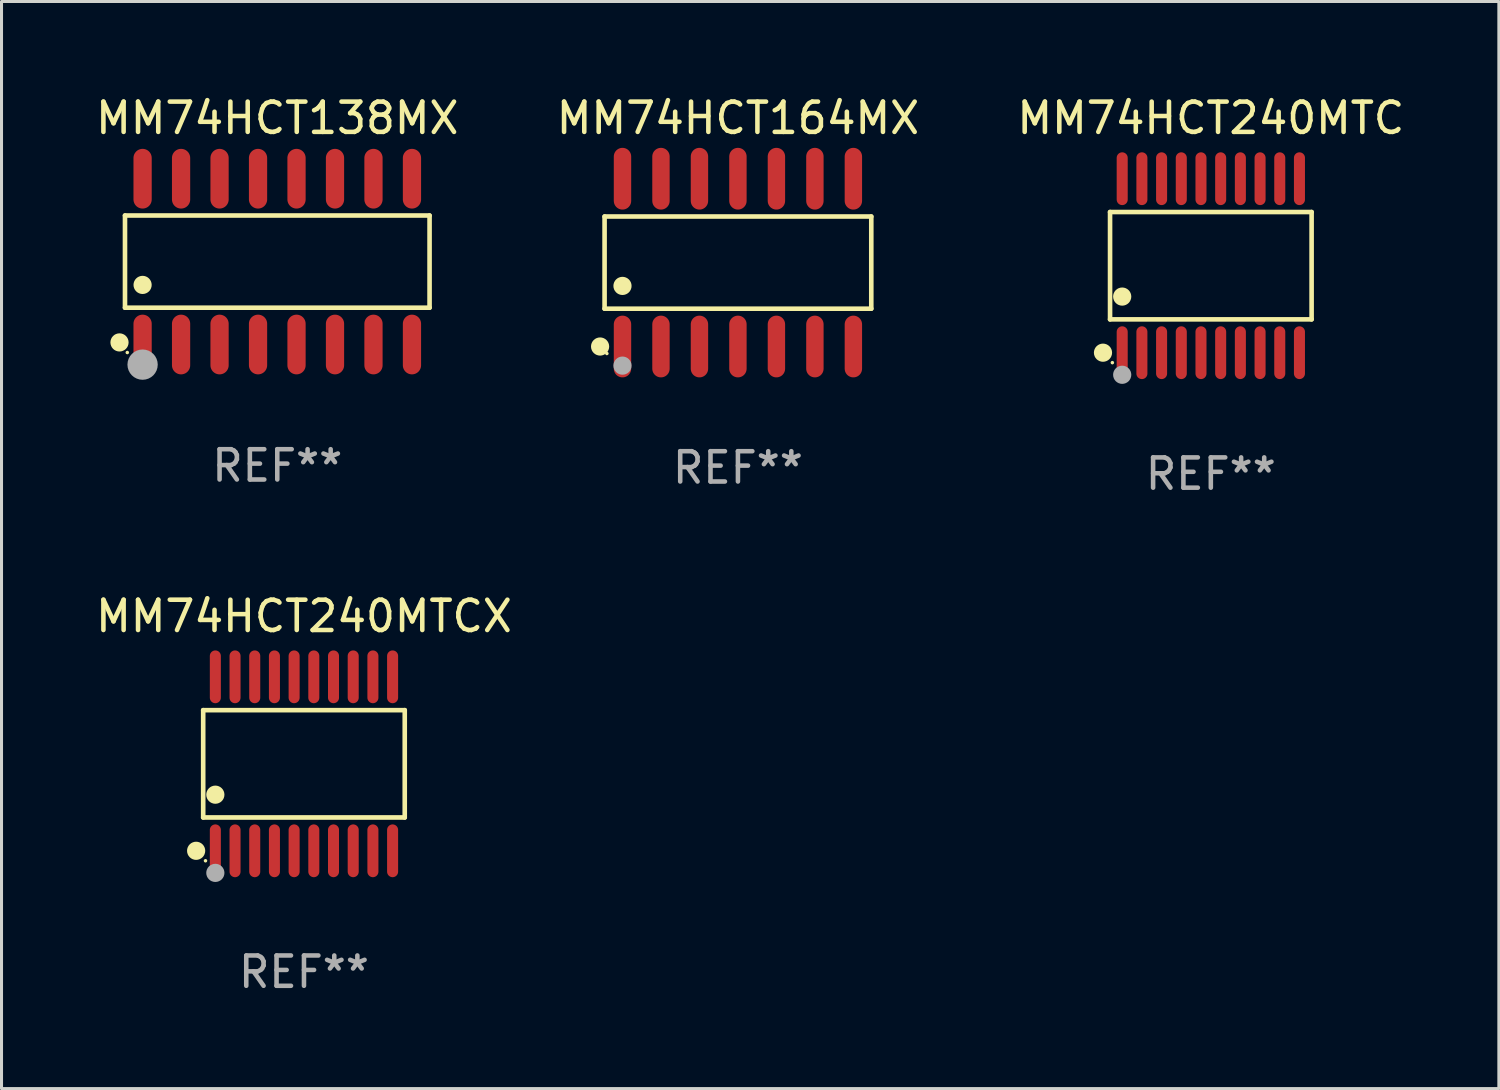
<source format=kicad_pcb>
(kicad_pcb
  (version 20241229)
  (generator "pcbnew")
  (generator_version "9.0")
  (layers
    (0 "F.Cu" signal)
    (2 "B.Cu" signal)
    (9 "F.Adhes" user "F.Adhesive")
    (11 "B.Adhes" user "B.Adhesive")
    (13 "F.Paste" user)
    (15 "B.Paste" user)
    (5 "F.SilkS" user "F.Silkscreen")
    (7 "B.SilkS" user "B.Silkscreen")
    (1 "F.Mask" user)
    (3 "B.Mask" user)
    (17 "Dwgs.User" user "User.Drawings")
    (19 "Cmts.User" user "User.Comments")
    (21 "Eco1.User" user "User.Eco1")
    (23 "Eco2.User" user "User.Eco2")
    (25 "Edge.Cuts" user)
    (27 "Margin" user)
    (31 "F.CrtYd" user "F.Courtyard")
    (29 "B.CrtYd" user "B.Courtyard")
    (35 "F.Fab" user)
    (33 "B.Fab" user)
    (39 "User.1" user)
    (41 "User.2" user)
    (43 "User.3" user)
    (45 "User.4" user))
  (footprint "MM74HCT240MTC"
    (layer "F.Cu")
    (at 36.911 5.719)
    (property "Reference" "MM74HCT240MTC" (at 0 -4.871 0) (layer "F.SilkS") (effects (font (size 1 1) (thickness 0.15))))
    (attr through_hole)
    (fp_line (start -3.326 -1.771) (end 3.326 -1.771) (stroke (width 0.152) (type solid)) (layer "F.SilkS"))
    (fp_line (start -3.326 1.771) (end -3.326 -1.771) (stroke (width 0.152) (type solid)) (layer "F.SilkS"))
    (fp_line (start 3.326 -1.771) (end 3.326 1.771) (stroke (width 0.152) (type solid)) (layer "F.SilkS"))
    (fp_line (start 3.326 1.771) (end -3.326 1.771) (stroke (width 0.152) (type solid)) (layer "F.SilkS"))
    (fp_circle (center -3.559 2.871) (end -3.409 2.871) (stroke (width 0.3) (type solid)) (fill no) (layer "F.SilkS"))
    (fp_circle (center -3.25 3.2) (end -3.22 3.2) (stroke (width 0.06) (type solid)) (fill no) (layer "F.SilkS"))
    (fp_circle (center -2.925 1.019) (end -2.775 1.019) (stroke (width 0.3) (type solid)) (fill no) (layer "F.SilkS"))
    (fp_circle (center -2.925 3.6) (end -2.775 3.6) (stroke (width 0.3) (type solid)) (fill no) (layer "F.Fab"))
    (fp_text user "REF**" (at 0 6.871 0) (layer "F.Fab") (effects (font (size 1 1) (thickness 0.15))))
    (pad "1" smd oval (at -2.925 2.871) (size 0.364 1.742) (layers "F.Cu" "F.Mask" "F.Paste"))
    (pad "2" smd oval (at -2.275 2.871) (size 0.364 1.742) (layers "F.Cu" "F.Mask" "F.Paste"))
    (pad "3" smd oval (at -1.625 2.871) (size 0.364 1.742) (layers "F.Cu" "F.Mask" "F.Paste"))
    (pad "4" smd oval (at -0.975 2.871) (size 0.364 1.742) (layers "F.Cu" "F.Mask" "F.Paste"))
    (pad "5" smd oval (at -0.325 2.871) (size 0.364 1.742) (layers "F.Cu" "F.Mask" "F.Paste"))
    (pad "6" smd oval (at 0.325 2.871) (size 0.364 1.742) (layers "F.Cu" "F.Mask" "F.Paste"))
    (pad "7" smd oval (at 0.975 2.871) (size 0.364 1.742) (layers "F.Cu" "F.Mask" "F.Paste"))
    (pad "8" smd oval (at 1.625 2.871) (size 0.364 1.742) (layers "F.Cu" "F.Mask" "F.Paste"))
    (pad "9" smd oval (at 2.275 2.871) (size 0.364 1.742) (layers "F.Cu" "F.Mask" "F.Paste"))
    (pad "10" smd oval (at 2.925 2.871) (size 0.364 1.742) (layers "F.Cu" "F.Mask" "F.Paste"))
    (pad "11" smd oval (at 2.925 -2.871) (size 0.364 1.742) (layers "F.Cu" "F.Mask" "F.Paste"))
    (pad "12" smd oval (at 2.275 -2.871) (size 0.364 1.742) (layers "F.Cu" "F.Mask" "F.Paste"))
    (pad "13" smd oval (at 1.625 -2.871) (size 0.364 1.742) (layers "F.Cu" "F.Mask" "F.Paste"))
    (pad "14" smd oval (at 0.975 -2.871) (size 0.364 1.742) (layers "F.Cu" "F.Mask" "F.Paste"))
    (pad "15" smd oval (at 0.325 -2.871) (size 0.364 1.742) (layers "F.Cu" "F.Mask" "F.Paste"))
    (pad "16" smd oval (at -0.325 -2.871) (size 0.364 1.742) (layers "F.Cu" "F.Mask" "F.Paste"))
    (pad "17" smd oval (at -0.975 -2.871) (size 0.364 1.742) (layers "F.Cu" "F.Mask" "F.Paste"))
    (pad "18" smd oval (at -1.625 -2.871) (size 0.364 1.742) (layers "F.Cu" "F.Mask" "F.Paste"))
    (pad "19" smd oval (at -2.275 -2.871) (size 0.364 1.742) (layers "F.Cu" "F.Mask" "F.Paste"))
    (pad "20" smd oval (at -2.925 -2.871) (size 0.364 1.742) (layers "F.Cu" "F.Mask" "F.Paste")))
  (footprint "MM74HCT138MX"
    (layer "F.Cu")
    (at 6.101 5.584)
    (property "Reference" "MM74HCT138MX" (at 0 -4.736 0) (layer "F.SilkS") (effects (font (size 1 1) (thickness 0.15))))
    (attr through_hole)
    (fp_line (start -5.026 -1.521) (end 5.026 -1.521) (stroke (width 0.152) (type solid)) (layer "F.SilkS"))
    (fp_line (start -5.026 1.521) (end -5.026 -1.521) (stroke (width 0.152) (type solid)) (layer "F.SilkS"))
    (fp_line (start 5.026 -1.521) (end 5.026 1.521) (stroke (width 0.152) (type solid)) (layer "F.SilkS"))
    (fp_line (start 5.026 1.521) (end -5.026 1.521) (stroke (width 0.152) (type solid)) (layer "F.SilkS"))
    (fp_circle (center -5.207 2.667) (end -5.057 2.667) (stroke (width 0.3) (type solid)) (fill no) (layer "F.SilkS"))
    (fp_circle (center -4.95 3) (end -4.92 3) (stroke (width 0.06) (type solid)) (fill no) (layer "F.SilkS"))
    (fp_circle (center -4.445 0.769) (end -4.295 0.769) (stroke (width 0.3) (type solid)) (fill no) (layer "F.SilkS"))
    (fp_circle (center -4.445 3.4) (end -4.195 3.4) (stroke (width 0.5) (type solid)) (fill no) (layer "F.Fab"))
    (fp_text user "REF**" (at 0 6.736 0) (layer "F.Fab") (effects (font (size 1 1) (thickness 0.15))))
    (pad "1" smd oval (at -4.445 2.736) (size 0.602 1.971) (layers "F.Cu" "F.Mask" "F.Paste"))
    (pad "2" smd oval (at -3.175 2.736) (size 0.602 1.971) (layers "F.Cu" "F.Mask" "F.Paste"))
    (pad "3" smd oval (at -1.905 2.736) (size 0.602 1.971) (layers "F.Cu" "F.Mask" "F.Paste"))
    (pad "4" smd oval (at -0.635 2.736) (size 0.602 1.971) (layers "F.Cu" "F.Mask" "F.Paste"))
    (pad "5" smd oval (at 0.635 2.736) (size 0.602 1.971) (layers "F.Cu" "F.Mask" "F.Paste"))
    (pad "6" smd oval (at 1.905 2.736) (size 0.602 1.971) (layers "F.Cu" "F.Mask" "F.Paste"))
    (pad "7" smd oval (at 3.175 2.736) (size 0.602 1.971) (layers "F.Cu" "F.Mask" "F.Paste"))
    (pad "8" smd oval (at 4.445 2.736) (size 0.602 1.971) (layers "F.Cu" "F.Mask" "F.Paste"))
    (pad "9" smd oval (at 4.445 -2.736) (size 0.602 1.971) (layers "F.Cu" "F.Mask" "F.Paste"))
    (pad "10" smd oval (at 3.175 -2.736) (size 0.602 1.971) (layers "F.Cu" "F.Mask" "F.Paste"))
    (pad "11" smd oval (at 1.905 -2.736) (size 0.602 1.971) (layers "F.Cu" "F.Mask" "F.Paste"))
    (pad "12" smd oval (at 0.635 -2.736) (size 0.602 1.971) (layers "F.Cu" "F.Mask" "F.Paste"))
    (pad "13" smd oval (at -0.635 -2.736) (size 0.602 1.971) (layers "F.Cu" "F.Mask" "F.Paste"))
    (pad "14" smd oval (at -1.905 -2.736) (size 0.602 1.971) (layers "F.Cu" "F.Mask" "F.Paste"))
    (pad "15" smd oval (at -3.175 -2.736) (size 0.602 1.971) (layers "F.Cu" "F.Mask" "F.Paste"))
    (pad "16" smd oval (at -4.445 -2.736) (size 0.602 1.971) (layers "F.Cu" "F.Mask" "F.Paste")))
  (footprint "MM74HCT240MTCX"
    (layer "F.Cu")
    (at 6.982 22.158)
    (property "Reference" "MM74HCT240MTCX" (at 0 -4.871 0) (layer "F.SilkS") (effects (font (size 1 1) (thickness 0.15))))
    (attr through_hole)
    (fp_line (start -3.326 -1.771) (end 3.326 -1.771) (stroke (width 0.152) (type solid)) (layer "F.SilkS"))
    (fp_line (start -3.326 1.771) (end -3.326 -1.771) (stroke (width 0.152) (type solid)) (layer "F.SilkS"))
    (fp_line (start 3.326 -1.771) (end 3.326 1.771) (stroke (width 0.152) (type solid)) (layer "F.SilkS"))
    (fp_line (start 3.326 1.771) (end -3.326 1.771) (stroke (width 0.152) (type solid)) (layer "F.SilkS"))
    (fp_circle (center -3.559 2.871) (end -3.409 2.871) (stroke (width 0.3) (type solid)) (fill no) (layer "F.SilkS"))
    (fp_circle (center -3.25 3.2) (end -3.22 3.2) (stroke (width 0.06) (type solid)) (fill no) (layer "F.SilkS"))
    (fp_circle (center -2.925 1.019) (end -2.775 1.019) (stroke (width 0.3) (type solid)) (fill no) (layer "F.SilkS"))
    (fp_circle (center -2.925 3.6) (end -2.775 3.6) (stroke (width 0.3) (type solid)) (fill no) (layer "F.Fab"))
    (fp_text user "REF**" (at 0 6.871 0) (layer "F.Fab") (effects (font (size 1 1) (thickness 0.15))))
    (pad "1" smd oval (at -2.925 2.871) (size 0.364 1.742) (layers "F.Cu" "F.Mask" "F.Paste"))
    (pad "2" smd oval (at -2.275 2.871) (size 0.364 1.742) (layers "F.Cu" "F.Mask" "F.Paste"))
    (pad "3" smd oval (at -1.625 2.871) (size 0.364 1.742) (layers "F.Cu" "F.Mask" "F.Paste"))
    (pad "4" smd oval (at -0.975 2.871) (size 0.364 1.742) (layers "F.Cu" "F.Mask" "F.Paste"))
    (pad "5" smd oval (at -0.325 2.871) (size 0.364 1.742) (layers "F.Cu" "F.Mask" "F.Paste"))
    (pad "6" smd oval (at 0.325 2.871) (size 0.364 1.742) (layers "F.Cu" "F.Mask" "F.Paste"))
    (pad "7" smd oval (at 0.975 2.871) (size 0.364 1.742) (layers "F.Cu" "F.Mask" "F.Paste"))
    (pad "8" smd oval (at 1.625 2.871) (size 0.364 1.742) (layers "F.Cu" "F.Mask" "F.Paste"))
    (pad "9" smd oval (at 2.275 2.871) (size 0.364 1.742) (layers "F.Cu" "F.Mask" "F.Paste"))
    (pad "10" smd oval (at 2.925 2.871) (size 0.364 1.742) (layers "F.Cu" "F.Mask" "F.Paste"))
    (pad "11" smd oval (at 2.925 -2.871) (size 0.364 1.742) (layers "F.Cu" "F.Mask" "F.Paste"))
    (pad "12" smd oval (at 2.275 -2.871) (size 0.364 1.742) (layers "F.Cu" "F.Mask" "F.Paste"))
    (pad "13" smd oval (at 1.625 -2.871) (size 0.364 1.742) (layers "F.Cu" "F.Mask" "F.Paste"))
    (pad "14" smd oval (at 0.975 -2.871) (size 0.364 1.742) (layers "F.Cu" "F.Mask" "F.Paste"))
    (pad "15" smd oval (at 0.325 -2.871) (size 0.364 1.742) (layers "F.Cu" "F.Mask" "F.Paste"))
    (pad "16" smd oval (at -0.325 -2.871) (size 0.364 1.742) (layers "F.Cu" "F.Mask" "F.Paste"))
    (pad "17" smd oval (at -0.975 -2.871) (size 0.364 1.742) (layers "F.Cu" "F.Mask" "F.Paste"))
    (pad "18" smd oval (at -1.625 -2.871) (size 0.364 1.742) (layers "F.Cu" "F.Mask" "F.Paste"))
    (pad "19" smd oval (at -2.275 -2.871) (size 0.364 1.742) (layers "F.Cu" "F.Mask" "F.Paste"))
    (pad "20" smd oval (at -2.925 -2.871) (size 0.364 1.742) (layers "F.Cu" "F.Mask" "F.Paste")))
  (footprint "MM74HCT164MX"
    (layer "F.Cu")
    (at 21.304 5.617)
    (property "Reference" "MM74HCT164MX" (at 0 -4.769 0) (layer "F.SilkS") (effects (font (size 1 1) (thickness 0.15))))
    (attr through_hole)
    (fp_line (start -4.401 -1.521) (end 4.401 -1.521) (stroke (width 0.152) (type solid)) (layer "F.SilkS"))
    (fp_line (start -4.401 1.521) (end -4.401 -1.521) (stroke (width 0.152) (type solid)) (layer "F.SilkS"))
    (fp_line (start 4.401 -1.521) (end 4.401 1.521) (stroke (width 0.152) (type solid)) (layer "F.SilkS"))
    (fp_line (start 4.401 1.521) (end -4.401 1.521) (stroke (width 0.152) (type solid)) (layer "F.SilkS"))
    (fp_circle (center -4.549 2.769) (end -4.399 2.769) (stroke (width 0.3) (type solid)) (fill no) (layer "F.SilkS"))
    (fp_circle (center -4.325 3) (end -4.295 3) (stroke (width 0.06) (type solid)) (fill no) (layer "F.SilkS"))
    (fp_circle (center -3.81 0.769) (end -3.66 0.769) (stroke (width 0.3) (type solid)) (fill no) (layer "F.SilkS"))
    (fp_circle (center -3.81 3.4) (end -3.66 3.4) (stroke (width 0.3) (type solid)) (fill no) (layer "F.Fab"))
    (fp_text user "REF**" (at 0 6.769 0) (layer "F.Fab") (effects (font (size 1 1) (thickness 0.15))))
    (pad "1" smd oval (at -3.81 2.769) (size 0.574 2.038) (layers "F.Cu" "F.Mask" "F.Paste"))
    (pad "2" smd oval (at -2.54 2.769) (size 0.574 2.038) (layers "F.Cu" "F.Mask" "F.Paste"))
    (pad "3" smd oval (at -1.27 2.769) (size 0.574 2.038) (layers "F.Cu" "F.Mask" "F.Paste"))
    (pad "4" smd oval (at 0 2.769) (size 0.574 2.038) (layers "F.Cu" "F.Mask" "F.Paste"))
    (pad "5" smd oval (at 1.27 2.769) (size 0.574 2.038) (layers "F.Cu" "F.Mask" "F.Paste"))
    (pad "6" smd oval (at 2.54 2.769) (size 0.574 2.038) (layers "F.Cu" "F.Mask" "F.Paste"))
    (pad "7" smd oval (at 3.81 2.769) (size 0.574 2.038) (layers "F.Cu" "F.Mask" "F.Paste"))
    (pad "8" smd oval (at 3.81 -2.769) (size 0.574 2.038) (layers "F.Cu" "F.Mask" "F.Paste"))
    (pad "9" smd oval (at 2.54 -2.769) (size 0.574 2.038) (layers "F.Cu" "F.Mask" "F.Paste"))
    (pad "10" smd oval (at 1.27 -2.769) (size 0.574 2.038) (layers "F.Cu" "F.Mask" "F.Paste"))
    (pad "11" smd oval (at 0 -2.769) (size 0.574 2.038) (layers "F.Cu" "F.Mask" "F.Paste"))
    (pad "12" smd oval (at -1.27 -2.769) (size 0.574 2.038) (layers "F.Cu" "F.Mask" "F.Paste"))
    (pad "13" smd oval (at -2.54 -2.769) (size 0.574 2.038) (layers "F.Cu" "F.Mask" "F.Paste"))
    (pad "14" smd oval (at -3.81 -2.769) (size 0.574 2.038) (layers "F.Cu" "F.Mask" "F.Paste")))
  (gr_rect
    (start -3 -3)
    (end 46.417 32.877)
    (stroke (width 0.1) (type default))
    (fill no)
    (layer "Edge.Cuts")))
</source>
